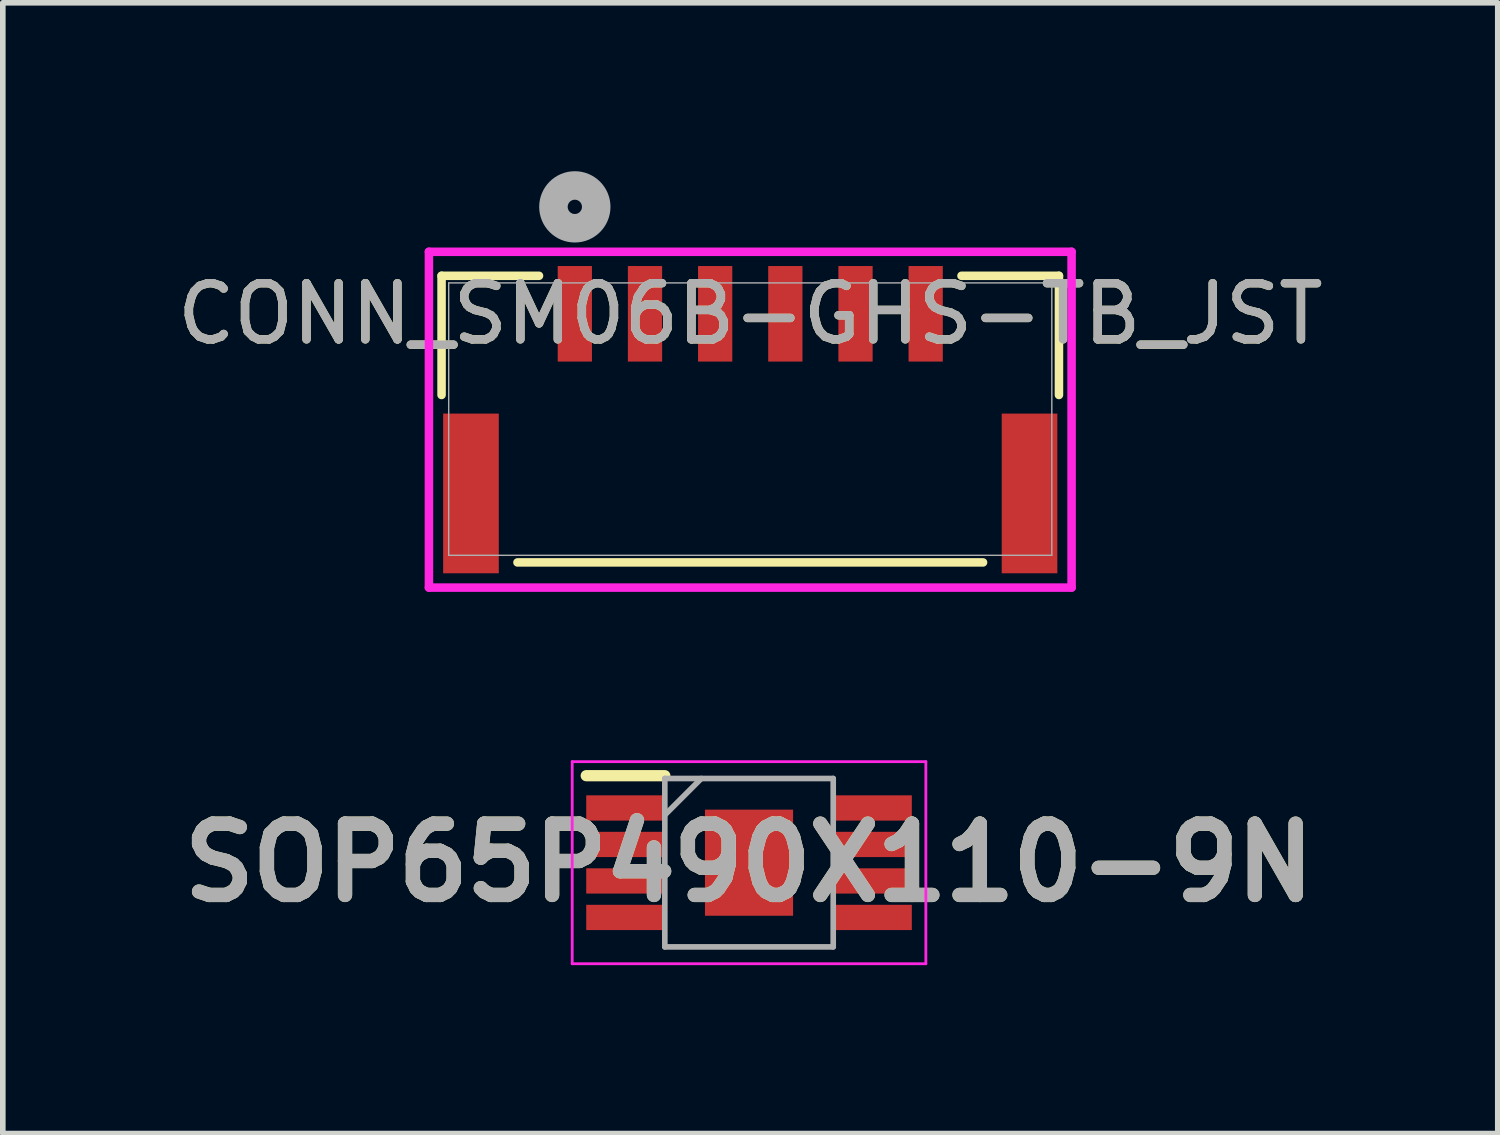
<source format=kicad_pcb>
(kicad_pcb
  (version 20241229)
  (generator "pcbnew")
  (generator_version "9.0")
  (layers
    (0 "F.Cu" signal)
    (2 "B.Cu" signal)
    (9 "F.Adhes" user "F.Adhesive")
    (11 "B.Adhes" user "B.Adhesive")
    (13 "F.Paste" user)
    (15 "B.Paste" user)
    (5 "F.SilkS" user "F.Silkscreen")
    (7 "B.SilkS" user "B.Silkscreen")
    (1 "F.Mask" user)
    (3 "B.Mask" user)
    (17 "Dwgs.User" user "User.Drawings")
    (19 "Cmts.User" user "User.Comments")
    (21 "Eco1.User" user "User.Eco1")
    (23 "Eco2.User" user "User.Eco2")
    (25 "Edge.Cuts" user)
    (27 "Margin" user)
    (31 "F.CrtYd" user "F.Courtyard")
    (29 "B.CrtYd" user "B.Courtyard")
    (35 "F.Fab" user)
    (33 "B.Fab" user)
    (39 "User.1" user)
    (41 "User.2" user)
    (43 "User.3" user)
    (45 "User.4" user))
  (footprint "CONN_SM06B-GHS-TB_JST"
    (layer "F.Cu")
    (at 10.315 4.416)
    (property "Reference" "CONN_SM06B-GHS-TB_JST" (at 0 -1.876 0) (unlocked yes) (layer "F.SilkS") (effects (font (size 1 1) (thickness 0.15))))
    (attr smd)
    (fp_line (start -5.499 -2.553) (end -5.499 -0.43) (stroke (width 0.152) (type solid)) (layer "F.SilkS"))
    (fp_line (start -4.147 2.553) (end 4.147 2.553) (stroke (width 0.152) (type solid)) (layer "F.SilkS"))
    (fp_line (start -3.763 -2.553) (end -5.499 -2.553) (stroke (width 0.152) (type solid)) (layer "F.SilkS"))
    (fp_line (start 5.499 -2.553) (end 3.763 -2.553) (stroke (width 0.152) (type solid)) (layer "F.SilkS"))
    (fp_line (start 5.499 -0.43) (end 5.499 -2.553) (stroke (width 0.152) (type solid)) (layer "F.SilkS"))
    (fp_line (start -5.724 -2.981) (end -5.724 3.001) (stroke (width 0.152) (type solid)) (layer "F.CrtYd"))
    (fp_line (start -5.724 3.001) (end 5.724 3.001) (stroke (width 0.152) (type solid)) (layer "F.CrtYd"))
    (fp_line (start 5.724 -2.981) (end -5.724 -2.981) (stroke (width 0.152) (type solid)) (layer "F.CrtYd"))
    (fp_line (start 5.724 3.001) (end 5.724 -2.981) (stroke (width 0.152) (type solid)) (layer "F.CrtYd"))
    (fp_line (start -5.372 -2.426) (end -5.372 2.426) (stroke (width 0.025) (type solid)) (layer "F.Fab"))
    (fp_line (start -5.372 2.426) (end 5.372 2.426) (stroke (width 0.025) (type solid)) (layer "F.Fab"))
    (fp_line (start 5.372 -2.426) (end -5.372 -2.426) (stroke (width 0.025) (type solid)) (layer "F.Fab"))
    (fp_line (start 5.372 2.426) (end 5.372 -2.426) (stroke (width 0.025) (type solid)) (layer "F.Fab"))
    (fp_circle (center -3.125 -3.781) (end -2.744 -3.781) (stroke (width 0.508) (type solid)) (fill no) (layer "F.Fab"))
    (fp_text user "${REFERENCE}" (at 0 -1.876 0) (unlocked yes) (layer "F.Fab") (effects (font (size 1 1) (thickness 0.15))))
    (pad "1" smd rect (at -3.125 -1.876) (size 0.61 1.702) (layers "F.Cu" "F.Mask" "F.Paste"))
    (pad "2" smd rect (at -1.875 -1.876) (size 0.61 1.702) (layers "F.Cu" "F.Mask" "F.Paste"))
    (pad "3" smd rect (at -0.625 -1.876) (size 0.61 1.702) (layers "F.Cu" "F.Mask" "F.Paste"))
    (pad "4" smd rect (at 0.625 -1.876) (size 0.61 1.702) (layers "F.Cu" "F.Mask" "F.Paste"))
    (pad "5" smd rect (at 1.875 -1.876) (size 0.61 1.702) (layers "F.Cu" "F.Mask" "F.Paste"))
    (pad "6" smd rect (at 3.125 -1.876) (size 0.61 1.702) (layers "F.Cu" "F.Mask" "F.Paste"))
    (pad "7" smd rect (at -4.975 1.324) (size 0.991 2.845) (layers "F.Cu" "F.Mask" "F.Paste"))
    (pad "8" smd rect (at 4.975 1.324) (size 0.991 2.845) (layers "F.Cu" "F.Mask" "F.Paste")))
  (footprint "SOP65P490X110-9N"
    (layer "F.Cu")
    (at 10.293 12.318)
    (property "Reference" "SOP65P490X110-9N" (at 0 0 0) (layer "F.SilkS") (effects (font (size 1.27 1.27) (thickness 0.254))))
    (attr smd)
    (fp_line (start -2.9 -1.55) (end -1.5 -1.55) (stroke (width 0.2) (type solid)) (layer "F.SilkS"))
    (fp_line (start -3.15 -1.8) (end 3.15 -1.8) (stroke (width 0.05) (type solid)) (layer "F.CrtYd"))
    (fp_line (start -3.15 1.8) (end -3.15 -1.8) (stroke (width 0.05) (type solid)) (layer "F.CrtYd"))
    (fp_line (start 3.15 -1.8) (end 3.15 1.8) (stroke (width 0.05) (type solid)) (layer "F.CrtYd"))
    (fp_line (start 3.15 1.8) (end -3.15 1.8) (stroke (width 0.05) (type solid)) (layer "F.CrtYd"))
    (fp_line (start -1.5 -1.5) (end 1.5 -1.5) (stroke (width 0.1) (type solid)) (layer "F.Fab"))
    (fp_line (start -1.5 -0.85) (end -0.85 -1.5) (stroke (width 0.1) (type solid)) (layer "F.Fab"))
    (fp_line (start -1.5 1.5) (end -1.5 -1.5) (stroke (width 0.1) (type solid)) (layer "F.Fab"))
    (fp_line (start 1.5 -1.5) (end 1.5 1.5) (stroke (width 0.1) (type solid)) (layer "F.Fab"))
    (fp_line (start 1.5 1.5) (end -1.5 1.5) (stroke (width 0.1) (type solid)) (layer "F.Fab"))
    (fp_text user "${REFERENCE}" (at 0 0 0) (layer "F.Fab") (effects (font (size 1.27 1.27) (thickness 0.254))))
    (pad "1" smd rect (at -2.2 -0.975 90) (size 0.45 1.4) (layers "F.Cu" "F.Mask" "F.Paste"))
    (pad "2" smd rect (at -2.2 -0.325 90) (size 0.45 1.4) (layers "F.Cu" "F.Mask" "F.Paste"))
    (pad "3" smd rect (at -2.2 0.325 90) (size 0.45 1.4) (layers "F.Cu" "F.Mask" "F.Paste"))
    (pad "4" smd rect (at -2.2 0.975 90) (size 0.45 1.4) (layers "F.Cu" "F.Mask" "F.Paste"))
    (pad "5" smd rect (at 2.2 0.975 90) (size 0.45 1.4) (layers "F.Cu" "F.Mask" "F.Paste"))
    (pad "6" smd rect (at 2.2 0.325 90) (size 0.45 1.4) (layers "F.Cu" "F.Mask" "F.Paste"))
    (pad "7" smd rect (at 2.2 -0.325 90) (size 0.45 1.4) (layers "F.Cu" "F.Mask" "F.Paste"))
    (pad "8" smd rect (at 2.2 -0.975 90) (size 0.45 1.4) (layers "F.Cu" "F.Mask" "F.Paste"))
    (pad "9" smd rect (at 0 0) (size 1.57 1.89) (layers "F.Cu" "F.Mask" "F.Paste")))
  (gr_rect
    (start -3 -3)
    (end 23.631 17.143)
    (stroke (width 0.1) (type default))
    (fill no)
    (layer "Edge.Cuts")))
</source>
